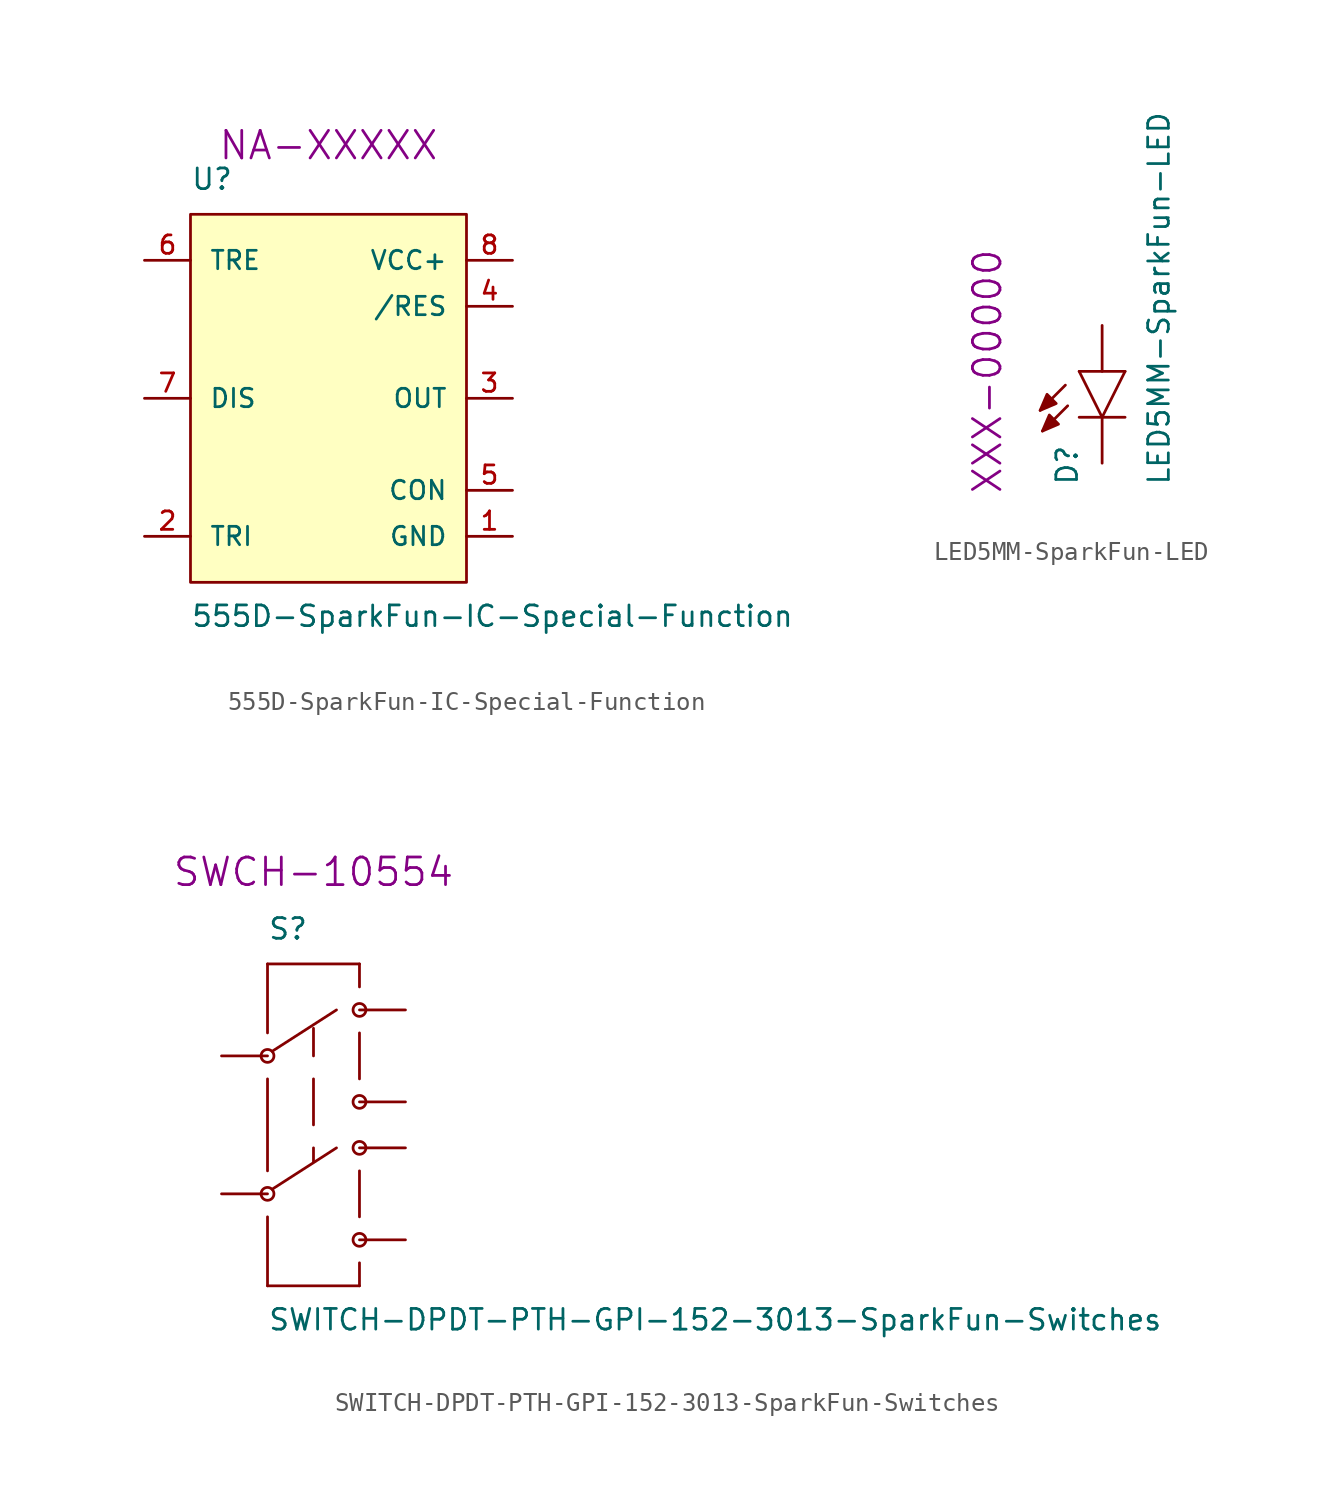
<source format=kicad_sym>
(kicad_symbol_lib
  (version 20220914)
  (generator kicad_symbol_editor)
  (symbol "555D-SparkFun-IC-Special-Function"
    (pin_names
      (offset 1.016))
    (property "Reference" "U"
      (at -7.62 11.43 0)
      (effects (font (size 1.143 1.143)) (justify left bottom)))
    (property "Value" "555D-SparkFun-IC-Special-Function"
      (at -7.62 -12.7 0)
      (effects (font (size 1.143 1.143)) (justify left bottom)))
    (property "Field4" "NA-XXXXX"
      (at 0 13.97 0)
      (effects (font (size 1.524 1.524))))
    (property "ki_locked" ""
      (at 0 0 0)
      (effects (font (size 1.27 1.27))))
    (symbol "555D-SparkFun-IC-Special-Function_1_1"
      (polyline (pts (xy -7.62 10.16) (xy -7.62 -10.16) (xy 7.62 -10.16) (xy 7.62 10.16) (xy -7.62 10.16)) (stroke (width 0) (type solid)) (fill (type background)))
      (pin power_in line (at 10.16 -7.62 180) (length 2.54) (name "GND" (effects (font (size 1.016 1.016)))) (number "1" (effects (font (size 1.016 1.016)))))
      (pin input line (at -10.16 -7.62 0) (length 2.54) (name "TRI" (effects (font (size 1.016 1.016)))) (number "2" (effects (font (size 1.016 1.016)))))
      (pin output line (at 10.16 0 180) (length 2.54) (name "OUT" (effects (font (size 1.016 1.016)))) (number "3" (effects (font (size 1.016 1.016)))))
      (pin input line (at 10.16 5.08 180) (length 2.54) (name "/RES" (effects (font (size 1.016 1.016)))) (number "4" (effects (font (size 1.016 1.016)))))
      (pin input line (at 10.16 -5.08 180) (length 2.54) (name "CON" (effects (font (size 1.016 1.016)))) (number "5" (effects (font (size 1.016 1.016)))))
      (pin input line (at -10.16 7.62 0) (length 2.54) (name "TRE" (effects (font (size 1.016 1.016)))) (number "6" (effects (font (size 1.016 1.016)))))
      (pin input line (at -10.16 0 0) (length 2.54) (name "DIS" (effects (font (size 1.016 1.016)))) (number "7" (effects (font (size 1.016 1.016)))))
      (pin power_in line (at 10.16 7.62 180) (length 2.54) (name "VCC+" (effects (font (size 1.016 1.016)))) (number "8" (effects (font (size 1.016 1.016)))))))
  (symbol "LED5MM-SparkFun-LED"
    (pin_numbers hide)
    (pin_names
      (offset 1.016) hide)
    (property "Reference" "D"
      (at -1.27 -6.35 90)
      (effects (font (size 1.143 1.143)) (justify left bottom)))
    (property "Value" "LED5MM-SparkFun-LED"
      (at 3.81 -6.35 90)
      (effects (font (size 1.143 1.143)) (justify left bottom)))
    (property "Field4" "XXX-00000"
      (at -6.35 0 90)
      (effects (font (size 1.524 1.524))))
    (property "ki_locked" ""
      (at 0 0 0)
      (effects (font (size 1.27 1.27))))
    (symbol "LED5MM-SparkFun-LED_1_0"
      (polyline (pts (xy -2.032 -0.762) (xy -3.429 -2.159)) (stroke (width 0) (type solid)) (fill (type none)))
      (polyline (pts (xy -1.905 -1.905) (xy -3.302 -3.302)) (stroke (width 0) (type solid)) (fill (type none)))
      (polyline (pts (xy 0 -2.54) (xy -1.27 -2.54)) (stroke (width 0) (type solid)) (fill (type none)))
      (polyline (pts (xy 0 -2.54) (xy -1.27 0)) (stroke (width 0) (type solid)) (fill (type none)))
      (polyline (pts (xy 1.27 -2.54) (xy 0 -2.54)) (stroke (width 0) (type solid)) (fill (type none)))
      (polyline (pts (xy 1.27 0) (xy -1.27 0)) (stroke (width 0) (type solid)) (fill (type none)))
      (polyline (pts (xy 1.27 0) (xy 0 -2.54)) (stroke (width 0) (type solid)) (fill (type none))))
    (symbol "LED5MM-SparkFun-LED_1_1"
      (polyline (pts (xy -3.429 -2.159) (xy -3.048 -1.27) (xy -3.048 -1.27) (xy -2.54 -1.778) (xy -2.54 -1.778) (xy -3.429 -2.159)) (stroke (width 0) (type solid)) (fill (type outline)))
      (polyline (pts (xy -3.302 -3.302) (xy -2.921 -2.413) (xy -2.921 -2.413) (xy -2.413 -2.921) (xy -2.413 -2.921) (xy -3.302 -3.302)) (stroke (width 0) (type solid)) (fill (type outline)))
      (pin passive line (at 0 2.54 270) (length 2.54) (name "A" (effects (font (size 1.016 1.016)))) (number "A" (effects (font (size 1.016 1.016)))))
      (pin passive line (at 0 -5.08 90) (length 2.54) (name "C" (effects (font (size 1.016 1.016)))) (number "K" (effects (font (size 1.016 1.016)))))))
  (symbol "SWITCH-DPDT-PTH-GPI-152-3013-SparkFun-Switches"
    (pin_numbers hide)
    (pin_names
      (offset 1.016) hide)
    (property "Reference" "S"
      (at -2.54 8.89 0)
      (effects (font (size 1.143 1.143)) (justify left bottom)))
    (property "Value" "SWITCH-DPDT-PTH-GPI-152-3013-SparkFun-Switches"
      (at -2.54 -12.7 0)
      (effects (font (size 1.143 1.143)) (justify left bottom)))
    (property "Field4" "SWCH-10554"
      (at 0 12.7 0)
      (effects (font (size 1.524 1.524))))
    (property "ki_locked" ""
      (at 0 0 0)
      (effects (font (size 1.27 1.27))))
    (symbol "SWITCH-DPDT-PTH-GPI-152-3013-SparkFun-Switches_1_0"
      (polyline (pts (xy -2.54 -10.16) (xy 2.54 -10.16)) (stroke (width 0) (type solid)) (fill (type none)))
      (polyline (pts (xy -2.54 -6.35) (xy -2.54 -10.16)) (stroke (width 0) (type solid)) (fill (type none)))
      (polyline (pts (xy -2.54 1.27) (xy -2.54 -3.81)) (stroke (width 0) (type solid)) (fill (type none)))
      (polyline (pts (xy -2.54 7.62) (xy -2.54 3.81)) (stroke (width 0) (type solid)) (fill (type none)))
      (polyline (pts (xy -2.286 -4.826) (xy 1.27 -2.54)) (stroke (width 0) (type solid)) (fill (type none)))
      (polyline (pts (xy 0 -2.54) (xy 0 -3.302)) (stroke (width 0) (type solid)) (fill (type none)))
      (polyline (pts (xy 0 1.27) (xy 0 -1.27)) (stroke (width 0) (type solid)) (fill (type none)))
      (polyline (pts (xy 0 4.064) (xy 0 2.54)) (stroke (width 0) (type solid)) (fill (type none)))
      (polyline (pts (xy 1.27 5.08) (xy -2.286 2.794)) (stroke (width 0) (type solid)) (fill (type none)))
      (polyline (pts (xy 2.54 -10.16) (xy 2.54 -8.89)) (stroke (width 0) (type solid)) (fill (type none)))
      (polyline (pts (xy 2.54 -6.35) (xy 2.54 -3.81)) (stroke (width 0) (type solid)) (fill (type none)))
      (polyline (pts (xy 2.54 3.81) (xy 2.54 1.27)) (stroke (width 0) (type solid)) (fill (type none)))
      (polyline (pts (xy 2.54 6.35) (xy 2.54 7.62)) (stroke (width 0) (type solid)) (fill (type none)))
      (polyline (pts (xy 2.54 7.62) (xy -2.54 7.62)) (stroke (width 0) (type solid)) (fill (type none))))
    (symbol "SWITCH-DPDT-PTH-GPI-152-3013-SparkFun-Switches_1_1"
      (circle (center -2.54 -5.08) (radius 0.356) (stroke (width 0) (type solid)) (fill (type none)))
      (circle (center -2.54 2.54) (radius 0.356) (stroke (width 0) (type solid)) (fill (type none)))
      (circle (center 2.54 -7.62) (radius 0.356) (stroke (width 0) (type solid)) (fill (type none)))
      (circle (center 2.54 -2.54) (radius 0.356) (stroke (width 0) (type solid)) (fill (type none)))
      (circle (center 2.54 0) (radius 0.356) (stroke (width 0) (type solid)) (fill (type none)))
      (circle (center 2.54 5.08) (radius 0.356) (stroke (width 0) (type solid)) (fill (type none)))
      (pin bidirectional line (at 5.08 5.08 180) (length 2.54) (name "1" (effects (font (size 1.016 1.016)))) (number "1" (effects (font (size 1.016 1.016)))))
      (pin bidirectional line (at -5.08 2.54 0) (length 2.54) (name "2" (effects (font (size 1.016 1.016)))) (number "2" (effects (font (size 1.016 1.016)))))
      (pin bidirectional line (at 5.08 0 180) (length 2.54) (name "3" (effects (font (size 1.016 1.016)))) (number "3" (effects (font (size 1.016 1.016)))))
      (pin bidirectional line (at 5.08 -2.54 180) (length 2.54) (name "5" (effects (font (size 1.016 1.016)))) (number "5" (effects (font (size 1.016 1.016)))))
      (pin bidirectional line (at -5.08 -5.08 0) (length 2.54) (name "6" (effects (font (size 1.016 1.016)))) (number "6" (effects (font (size 1.016 1.016)))))
      (pin bidirectional line (at 5.08 -7.62 180) (length 2.54) (name "7" (effects (font (size 1.016 1.016)))) (number "7" (effects (font (size 1.016 1.016))))))))
</source>
